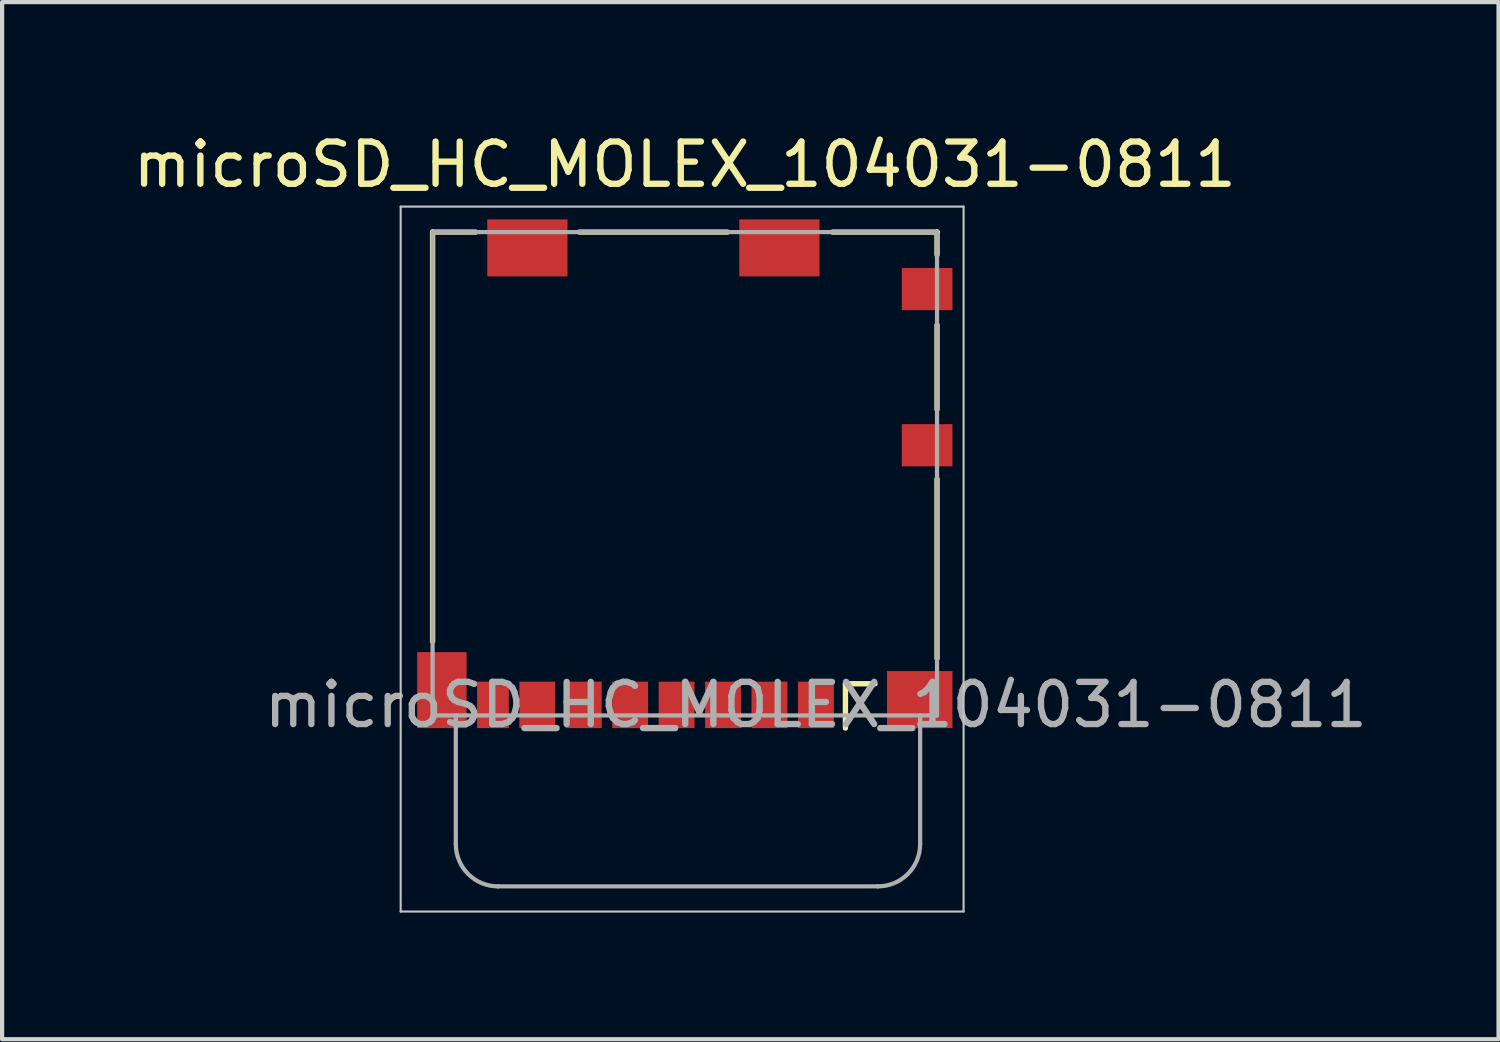
<source format=kicad_pcb>
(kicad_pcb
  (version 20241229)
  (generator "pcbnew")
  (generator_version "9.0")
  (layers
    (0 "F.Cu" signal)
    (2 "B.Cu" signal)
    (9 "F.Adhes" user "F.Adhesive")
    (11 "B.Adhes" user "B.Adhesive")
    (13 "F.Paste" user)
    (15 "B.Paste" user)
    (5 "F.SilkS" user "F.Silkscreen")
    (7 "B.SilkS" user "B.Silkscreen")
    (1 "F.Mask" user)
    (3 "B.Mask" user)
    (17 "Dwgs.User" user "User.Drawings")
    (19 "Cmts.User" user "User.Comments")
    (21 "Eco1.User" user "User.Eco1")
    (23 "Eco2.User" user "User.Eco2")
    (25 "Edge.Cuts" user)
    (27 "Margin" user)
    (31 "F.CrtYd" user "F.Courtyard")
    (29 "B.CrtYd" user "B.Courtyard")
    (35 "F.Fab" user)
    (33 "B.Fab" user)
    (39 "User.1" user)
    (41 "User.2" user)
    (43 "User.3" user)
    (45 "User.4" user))
  (footprint "microSD_HC_MOLEX_104031-0811"
    (layer "F.Cu")
    (at 16.278 13.648)
    (property "Reference" "microSD_HC_MOLEX_104031-0811" (at -3.105 -12.8 0) (layer "F.SilkS") (effects (font (size 1 1) (thickness 0.15))))
    (attr smd)
    (fp_line (start -9.08 -11.2) (end -9.08 -1.5) (stroke (width 0.127) (type solid)) (layer "F.SilkS"))
    (fp_line (start -8.058 -11.2) (end -9.08 -11.2) (stroke (width 0.127) (type solid)) (layer "F.SilkS"))
    (fp_line (start -2.1 -11.2) (end -5.6 -11.2) (stroke (width 0.127) (type solid)) (layer "F.SilkS"))
    (fp_line (start 0.4 -11.2) (end 2.87 -11.2) (stroke (width 0.127) (type solid)) (layer "F.SilkS"))
    (fp_line (start 0.7 -0.5) (end 0.7 0.55) (stroke (width 0.127) (type solid)) (layer "F.SilkS"))
    (fp_line (start 0.7 -0.5) (end 1.4 -0.5) (stroke (width 0.127) (type solid)) (layer "F.SilkS"))
    (fp_line (start 2.87 -11.2) (end 2.87 -10.661) (stroke (width 0.127) (type solid)) (layer "F.SilkS"))
    (fp_line (start 2.87 -9) (end 2.87 -7) (stroke (width 0.127) (type solid)) (layer "F.SilkS"))
    (fp_line (start 2.87 -5.35) (end 2.87 -1.1) (stroke (width 0.127) (type solid)) (layer "F.SilkS"))
    (fp_line (start -9.836 -11.804) (end -9.836 4.896) (stroke (width 0.05) (type solid)) (layer "Dwgs.User"))
    (fp_line (start -9.836 4.896) (end 3.499 4.896) (stroke (width 0.05) (type solid)) (layer "Dwgs.User"))
    (fp_line (start 3.499 -11.804) (end -9.836 -11.804) (stroke (width 0.05) (type solid)) (layer "Dwgs.User"))
    (fp_line (start 3.499 4.896) (end 3.499 -11.804) (stroke (width 0.05) (type solid)) (layer "Dwgs.User"))
    (fp_line (start -9.08 -11.2) (end 2.87 -11.2) (stroke (width 0.1) (type solid)) (layer "F.Fab"))
    (fp_line (start -9.08 0.25) (end -9.08 -11.2) (stroke (width 0.1) (type solid)) (layer "F.Fab"))
    (fp_line (start -8.53 0.25) (end -8.53 3.3) (stroke (width 0.1) (type solid)) (layer "F.Fab"))
    (fp_line (start -7.53 4.3) (end 1.47 4.3) (stroke (width 0.1) (type solid)) (layer "F.Fab"))
    (fp_line (start 2.47 0.25) (end 2.47 3.3) (stroke (width 0.1) (type solid)) (layer "F.Fab"))
    (fp_line (start 2.87 -11.2) (end 2.87 0.25) (stroke (width 0.1) (type solid)) (layer "F.Fab"))
    (fp_line (start 2.87 0.25) (end -9.08 0.25) (stroke (width 0.1) (type solid)) (layer "F.Fab"))
    (fp_arc (start -7.53 4.3) (mid -8.237107 4.007107) (end -8.53 3.3) (stroke (width 0.1) (type solid)) (layer "F.Fab"))
    (fp_arc (start 2.47 3.3) (mid 2.177107 4.007107) (end 1.47 4.3) (stroke (width 0.1) (type solid)) (layer "F.Fab"))
    (fp_text user "${REFERENCE}" (at 0 0 0) (layer "F.Fab") (effects (font (size 1 1) (thickness 0.15))))
    (pad "1" smd rect (at 0 0) (size 0.85 1.1) (layers "F.Cu" "F.Mask" "F.Paste"))
    (pad "2" smd rect (at -1.1 0) (size 0.85 1.1) (layers "F.Cu" "F.Mask" "F.Paste"))
    (pad "3" smd rect (at -2.2 0) (size 0.85 1.1) (layers "F.Cu" "F.Mask" "F.Paste"))
    (pad "4" smd rect (at -3.3 0) (size 0.85 1.1) (layers "F.Cu" "F.Mask" "F.Paste"))
    (pad "5" smd rect (at -4.4 0) (size 0.85 1.1) (layers "F.Cu" "F.Mask" "F.Paste"))
    (pad "6" smd rect (at -5.5 0) (size 0.85 1.1) (layers "F.Cu" "F.Mask" "F.Paste"))
    (pad "7" smd rect (at -6.6 0) (size 0.85 1.1) (layers "F.Cu" "F.Mask" "F.Paste"))
    (pad "8" smd rect (at -7.65 0) (size 0.75 1.1) (layers "F.Cu" "F.Mask" "F.Paste"))
    (pad "9" smd rect (at 2.635 -6.15) (size 1.2 1) (layers "F.Cu" "F.Mask" "F.Paste"))
    (pad "10" smd rect (at 2.635 -9.85) (size 1.2 1) (layers "F.Cu" "F.Mask" "F.Paste"))
    (pad "SH" smd rect (at -8.86 -0.35) (size 1.17 1.8) (layers "F.Cu" "F.Mask" "F.Paste"))
    (pad "SH" smd rect (at -6.835 -10.825) (size 1.9 1.35) (layers "F.Cu" "F.Mask" "F.Paste"))
    (pad "SH" smd rect (at -0.865 -10.825) (size 1.9 1.35) (layers "F.Cu" "F.Mask" "F.Paste"))
    (pad "SH" smd rect (at 2.46 -0.125) (size 1.55 1.35) (layers "F.Cu" "F.Mask" "F.Paste")))
  (gr_rect
    (start -3 -3)
    (end 32.45 21.569)
    (stroke (width 0.1) (type default))
    (fill no)
    (layer "Edge.Cuts")))
</source>
